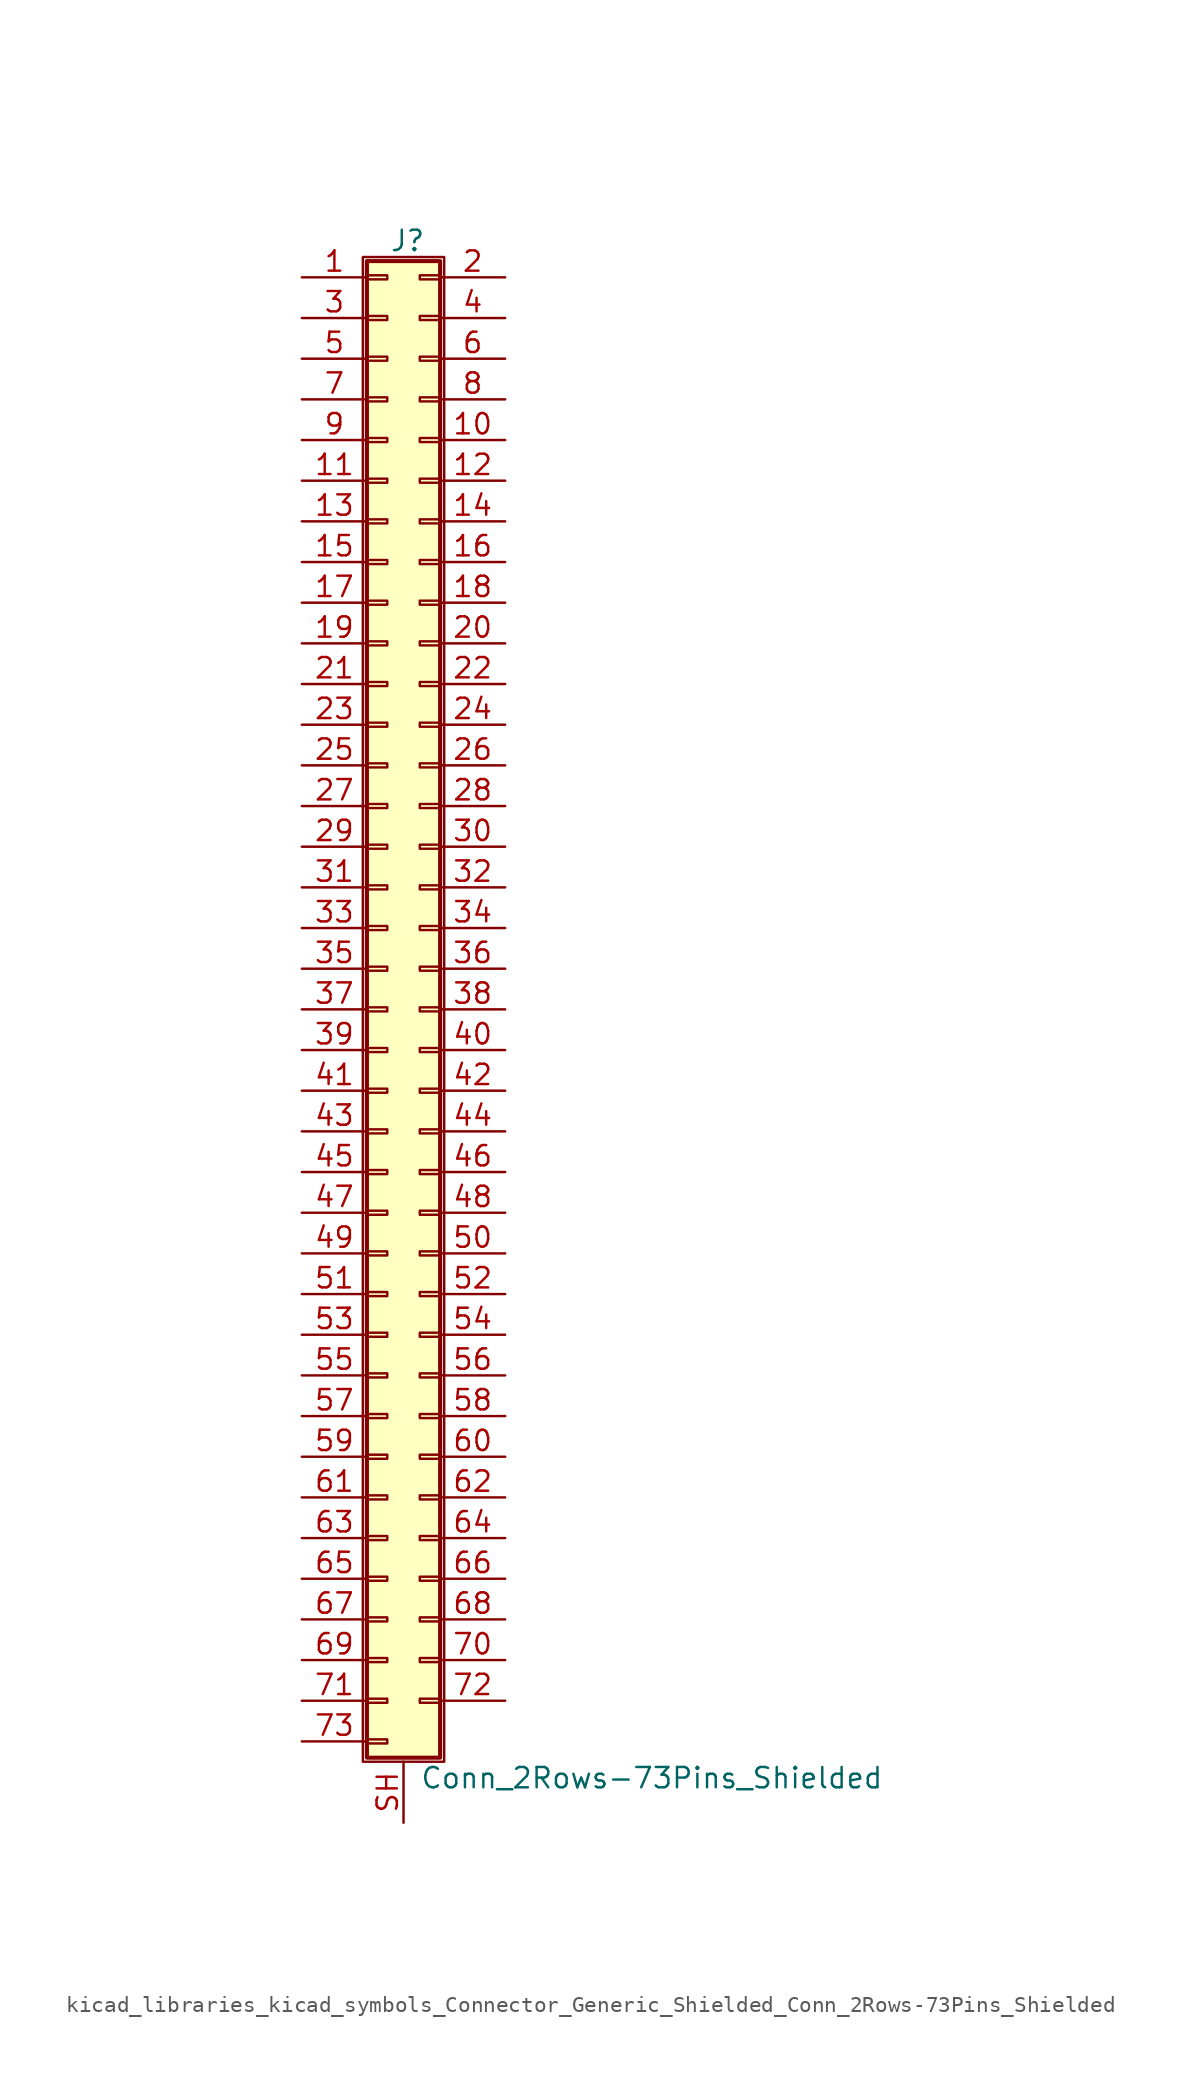
<source format=kicad_sym>
(kicad_symbol_lib
  (version 20220914)
  (generator kicad_symbol_editor)
  (symbol "kicad_libraries_kicad_symbols_Connector_Generic_Shielded_Conn_2Rows-73Pins_Shielded"
    (pin_names
      (offset 1.016) hide)
    (property "Reference" "J"
      (at 1.524 48.006 0)
      (effects (font (size 1.27 1.27))))
    (property "Value" "Conn_2Rows-73Pins_Shielded"
      (at 2.286 -48.006 0)
      (effects (font (size 1.27 1.27)) (justify left)))
    (symbol "kicad_libraries_kicad_symbols_Connector_Generic_Shielded_Conn_2Rows-73Pins_Shielded_1_1"
      (rectangle (start -1.27 46.99) (end 3.81 -46.99) (stroke (width 0.152) (type default)) (fill (type none)))
      (rectangle (start -1.016 -45.593) (end 0.254 -45.847) (stroke (width 0.152) (type default)) (fill (type none)))
      (rectangle (start -1.016 -43.053) (end 0.254 -43.307) (stroke (width 0.152) (type default)) (fill (type none)))
      (rectangle (start -1.016 -40.513) (end 0.254 -40.767) (stroke (width 0.152) (type default)) (fill (type none)))
      (rectangle (start -1.016 -37.973) (end 0.254 -38.227) (stroke (width 0.152) (type default)) (fill (type none)))
      (rectangle (start -1.016 -35.433) (end 0.254 -35.687) (stroke (width 0.152) (type default)) (fill (type none)))
      (rectangle (start -1.016 -32.893) (end 0.254 -33.147) (stroke (width 0.152) (type default)) (fill (type none)))
      (rectangle (start -1.016 -30.353) (end 0.254 -30.607) (stroke (width 0.152) (type default)) (fill (type none)))
      (rectangle (start -1.016 -27.813) (end 0.254 -28.067) (stroke (width 0.152) (type default)) (fill (type none)))
      (rectangle (start -1.016 -25.273) (end 0.254 -25.527) (stroke (width 0.152) (type default)) (fill (type none)))
      (rectangle (start -1.016 -22.733) (end 0.254 -22.987) (stroke (width 0.152) (type default)) (fill (type none)))
      (rectangle (start -1.016 -20.193) (end 0.254 -20.447) (stroke (width 0.152) (type default)) (fill (type none)))
      (rectangle (start -1.016 -17.653) (end 0.254 -17.907) (stroke (width 0.152) (type default)) (fill (type none)))
      (rectangle (start -1.016 -15.113) (end 0.254 -15.367) (stroke (width 0.152) (type default)) (fill (type none)))
      (rectangle (start -1.016 -12.573) (end 0.254 -12.827) (stroke (width 0.152) (type default)) (fill (type none)))
      (rectangle (start -1.016 -10.033) (end 0.254 -10.287) (stroke (width 0.152) (type default)) (fill (type none)))
      (rectangle (start -1.016 -7.493) (end 0.254 -7.747) (stroke (width 0.152) (type default)) (fill (type none)))
      (rectangle (start -1.016 -4.953) (end 0.254 -5.207) (stroke (width 0.152) (type default)) (fill (type none)))
      (rectangle (start -1.016 -2.413) (end 0.254 -2.667) (stroke (width 0.152) (type default)) (fill (type none)))
      (rectangle (start -1.016 0.127) (end 0.254 -0.127) (stroke (width 0.152) (type default)) (fill (type none)))
      (rectangle (start -1.016 2.667) (end 0.254 2.413) (stroke (width 0.152) (type default)) (fill (type none)))
      (rectangle (start -1.016 5.207) (end 0.254 4.953) (stroke (width 0.152) (type default)) (fill (type none)))
      (rectangle (start -1.016 7.747) (end 0.254 7.493) (stroke (width 0.152) (type default)) (fill (type none)))
      (rectangle (start -1.016 10.287) (end 0.254 10.033) (stroke (width 0.152) (type default)) (fill (type none)))
      (rectangle (start -1.016 12.827) (end 0.254 12.573) (stroke (width 0.152) (type default)) (fill (type none)))
      (rectangle (start -1.016 15.367) (end 0.254 15.113) (stroke (width 0.152) (type default)) (fill (type none)))
      (rectangle (start -1.016 17.907) (end 0.254 17.653) (stroke (width 0.152) (type default)) (fill (type none)))
      (rectangle (start -1.016 20.447) (end 0.254 20.193) (stroke (width 0.152) (type default)) (fill (type none)))
      (rectangle (start -1.016 22.987) (end 0.254 22.733) (stroke (width 0.152) (type default)) (fill (type none)))
      (rectangle (start -1.016 25.527) (end 0.254 25.273) (stroke (width 0.152) (type default)) (fill (type none)))
      (rectangle (start -1.016 28.067) (end 0.254 27.813) (stroke (width 0.152) (type default)) (fill (type none)))
      (rectangle (start -1.016 30.607) (end 0.254 30.353) (stroke (width 0.152) (type default)) (fill (type none)))
      (rectangle (start -1.016 33.147) (end 0.254 32.893) (stroke (width 0.152) (type default)) (fill (type none)))
      (rectangle (start -1.016 35.687) (end 0.254 35.433) (stroke (width 0.152) (type default)) (fill (type none)))
      (rectangle (start -1.016 38.227) (end 0.254 37.973) (stroke (width 0.152) (type default)) (fill (type none)))
      (rectangle (start -1.016 40.767) (end 0.254 40.513) (stroke (width 0.152) (type default)) (fill (type none)))
      (rectangle (start -1.016 43.307) (end 0.254 43.053) (stroke (width 0.152) (type default)) (fill (type none)))
      (rectangle (start -1.016 45.847) (end 0.254 45.593) (stroke (width 0.152) (type default)) (fill (type none)))
      (rectangle (start -1.016 46.736) (end 3.556 -46.736) (stroke (width 0.254) (type default)) (fill (type background)))
      (rectangle (start 3.556 -43.053) (end 2.286 -43.307) (stroke (width 0.152) (type default)) (fill (type none)))
      (rectangle (start 3.556 -40.513) (end 2.286 -40.767) (stroke (width 0.152) (type default)) (fill (type none)))
      (rectangle (start 3.556 -37.973) (end 2.286 -38.227) (stroke (width 0.152) (type default)) (fill (type none)))
      (rectangle (start 3.556 -35.433) (end 2.286 -35.687) (stroke (width 0.152) (type default)) (fill (type none)))
      (rectangle (start 3.556 -32.893) (end 2.286 -33.147) (stroke (width 0.152) (type default)) (fill (type none)))
      (rectangle (start 3.556 -30.353) (end 2.286 -30.607) (stroke (width 0.152) (type default)) (fill (type none)))
      (rectangle (start 3.556 -27.813) (end 2.286 -28.067) (stroke (width 0.152) (type default)) (fill (type none)))
      (rectangle (start 3.556 -25.273) (end 2.286 -25.527) (stroke (width 0.152) (type default)) (fill (type none)))
      (rectangle (start 3.556 -22.733) (end 2.286 -22.987) (stroke (width 0.152) (type default)) (fill (type none)))
      (rectangle (start 3.556 -20.193) (end 2.286 -20.447) (stroke (width 0.152) (type default)) (fill (type none)))
      (rectangle (start 3.556 -17.653) (end 2.286 -17.907) (stroke (width 0.152) (type default)) (fill (type none)))
      (rectangle (start 3.556 -15.113) (end 2.286 -15.367) (stroke (width 0.152) (type default)) (fill (type none)))
      (rectangle (start 3.556 -12.573) (end 2.286 -12.827) (stroke (width 0.152) (type default)) (fill (type none)))
      (rectangle (start 3.556 -10.033) (end 2.286 -10.287) (stroke (width 0.152) (type default)) (fill (type none)))
      (rectangle (start 3.556 -7.493) (end 2.286 -7.747) (stroke (width 0.152) (type default)) (fill (type none)))
      (rectangle (start 3.556 -4.953) (end 2.286 -5.207) (stroke (width 0.152) (type default)) (fill (type none)))
      (rectangle (start 3.556 -2.413) (end 2.286 -2.667) (stroke (width 0.152) (type default)) (fill (type none)))
      (rectangle (start 3.556 0.127) (end 2.286 -0.127) (stroke (width 0.152) (type default)) (fill (type none)))
      (rectangle (start 3.556 2.667) (end 2.286 2.413) (stroke (width 0.152) (type default)) (fill (type none)))
      (rectangle (start 3.556 5.207) (end 2.286 4.953) (stroke (width 0.152) (type default)) (fill (type none)))
      (rectangle (start 3.556 7.747) (end 2.286 7.493) (stroke (width 0.152) (type default)) (fill (type none)))
      (rectangle (start 3.556 10.287) (end 2.286 10.033) (stroke (width 0.152) (type default)) (fill (type none)))
      (rectangle (start 3.556 12.827) (end 2.286 12.573) (stroke (width 0.152) (type default)) (fill (type none)))
      (rectangle (start 3.556 15.367) (end 2.286 15.113) (stroke (width 0.152) (type default)) (fill (type none)))
      (rectangle (start 3.556 17.907) (end 2.286 17.653) (stroke (width 0.152) (type default)) (fill (type none)))
      (rectangle (start 3.556 20.447) (end 2.286 20.193) (stroke (width 0.152) (type default)) (fill (type none)))
      (rectangle (start 3.556 22.987) (end 2.286 22.733) (stroke (width 0.152) (type default)) (fill (type none)))
      (rectangle (start 3.556 25.527) (end 2.286 25.273) (stroke (width 0.152) (type default)) (fill (type none)))
      (rectangle (start 3.556 28.067) (end 2.286 27.813) (stroke (width 0.152) (type default)) (fill (type none)))
      (rectangle (start 3.556 30.607) (end 2.286 30.353) (stroke (width 0.152) (type default)) (fill (type none)))
      (rectangle (start 3.556 33.147) (end 2.286 32.893) (stroke (width 0.152) (type default)) (fill (type none)))
      (rectangle (start 3.556 35.687) (end 2.286 35.433) (stroke (width 0.152) (type default)) (fill (type none)))
      (rectangle (start 3.556 38.227) (end 2.286 37.973) (stroke (width 0.152) (type default)) (fill (type none)))
      (rectangle (start 3.556 40.767) (end 2.286 40.513) (stroke (width 0.152) (type default)) (fill (type none)))
      (rectangle (start 3.556 43.307) (end 2.286 43.053) (stroke (width 0.152) (type default)) (fill (type none)))
      (rectangle (start 3.556 45.847) (end 2.286 45.593) (stroke (width 0.152) (type default)) (fill (type none)))
      (pin passive line (at -5.08 45.72 0) (length 4.064) (name "Pin_1" (effects (font (size 1.27 1.27)))) (number "1" (effects (font (size 1.27 1.27)))))
      (pin passive line (at 7.62 35.56 180) (length 4.064) (name "Pin_10" (effects (font (size 1.27 1.27)))) (number "10" (effects (font (size 1.27 1.27)))))
      (pin passive line (at -5.08 33.02 0) (length 4.064) (name "Pin_11" (effects (font (size 1.27 1.27)))) (number "11" (effects (font (size 1.27 1.27)))))
      (pin passive line (at 7.62 33.02 180) (length 4.064) (name "Pin_12" (effects (font (size 1.27 1.27)))) (number "12" (effects (font (size 1.27 1.27)))))
      (pin passive line (at -5.08 30.48 0) (length 4.064) (name "Pin_13" (effects (font (size 1.27 1.27)))) (number "13" (effects (font (size 1.27 1.27)))))
      (pin passive line (at 7.62 30.48 180) (length 4.064) (name "Pin_14" (effects (font (size 1.27 1.27)))) (number "14" (effects (font (size 1.27 1.27)))))
      (pin passive line (at -5.08 27.94 0) (length 4.064) (name "Pin_15" (effects (font (size 1.27 1.27)))) (number "15" (effects (font (size 1.27 1.27)))))
      (pin passive line (at 7.62 27.94 180) (length 4.064) (name "Pin_16" (effects (font (size 1.27 1.27)))) (number "16" (effects (font (size 1.27 1.27)))))
      (pin passive line (at -5.08 25.4 0) (length 4.064) (name "Pin_17" (effects (font (size 1.27 1.27)))) (number "17" (effects (font (size 1.27 1.27)))))
      (pin passive line (at 7.62 25.4 180) (length 4.064) (name "Pin_18" (effects (font (size 1.27 1.27)))) (number "18" (effects (font (size 1.27 1.27)))))
      (pin passive line (at -5.08 22.86 0) (length 4.064) (name "Pin_19" (effects (font (size 1.27 1.27)))) (number "19" (effects (font (size 1.27 1.27)))))
      (pin passive line (at 7.62 45.72 180) (length 4.064) (name "Pin_2" (effects (font (size 1.27 1.27)))) (number "2" (effects (font (size 1.27 1.27)))))
      (pin passive line (at 7.62 22.86 180) (length 4.064) (name "Pin_20" (effects (font (size 1.27 1.27)))) (number "20" (effects (font (size 1.27 1.27)))))
      (pin passive line (at -5.08 20.32 0) (length 4.064) (name "Pin_21" (effects (font (size 1.27 1.27)))) (number "21" (effects (font (size 1.27 1.27)))))
      (pin passive line (at 7.62 20.32 180) (length 4.064) (name "Pin_22" (effects (font (size 1.27 1.27)))) (number "22" (effects (font (size 1.27 1.27)))))
      (pin passive line (at -5.08 17.78 0) (length 4.064) (name "Pin_23" (effects (font (size 1.27 1.27)))) (number "23" (effects (font (size 1.27 1.27)))))
      (pin passive line (at 7.62 17.78 180) (length 4.064) (name "Pin_24" (effects (font (size 1.27 1.27)))) (number "24" (effects (font (size 1.27 1.27)))))
      (pin passive line (at -5.08 15.24 0) (length 4.064) (name "Pin_25" (effects (font (size 1.27 1.27)))) (number "25" (effects (font (size 1.27 1.27)))))
      (pin passive line (at 7.62 15.24 180) (length 4.064) (name "Pin_26" (effects (font (size 1.27 1.27)))) (number "26" (effects (font (size 1.27 1.27)))))
      (pin passive line (at -5.08 12.7 0) (length 4.064) (name "Pin_27" (effects (font (size 1.27 1.27)))) (number "27" (effects (font (size 1.27 1.27)))))
      (pin passive line (at 7.62 12.7 180) (length 4.064) (name "Pin_28" (effects (font (size 1.27 1.27)))) (number "28" (effects (font (size 1.27 1.27)))))
      (pin passive line (at -5.08 10.16 0) (length 4.064) (name "Pin_29" (effects (font (size 1.27 1.27)))) (number "29" (effects (font (size 1.27 1.27)))))
      (pin passive line (at -5.08 43.18 0) (length 4.064) (name "Pin_3" (effects (font (size 1.27 1.27)))) (number "3" (effects (font (size 1.27 1.27)))))
      (pin passive line (at 7.62 10.16 180) (length 4.064) (name "Pin_30" (effects (font (size 1.27 1.27)))) (number "30" (effects (font (size 1.27 1.27)))))
      (pin passive line (at -5.08 7.62 0) (length 4.064) (name "Pin_31" (effects (font (size 1.27 1.27)))) (number "31" (effects (font (size 1.27 1.27)))))
      (pin passive line (at 7.62 7.62 180) (length 4.064) (name "Pin_32" (effects (font (size 1.27 1.27)))) (number "32" (effects (font (size 1.27 1.27)))))
      (pin passive line (at -5.08 5.08 0) (length 4.064) (name "Pin_33" (effects (font (size 1.27 1.27)))) (number "33" (effects (font (size 1.27 1.27)))))
      (pin passive line (at 7.62 5.08 180) (length 4.064) (name "Pin_34" (effects (font (size 1.27 1.27)))) (number "34" (effects (font (size 1.27 1.27)))))
      (pin passive line (at -5.08 2.54 0) (length 4.064) (name "Pin_35" (effects (font (size 1.27 1.27)))) (number "35" (effects (font (size 1.27 1.27)))))
      (pin passive line (at 7.62 2.54 180) (length 4.064) (name "Pin_36" (effects (font (size 1.27 1.27)))) (number "36" (effects (font (size 1.27 1.27)))))
      (pin passive line (at -5.08 0 0) (length 4.064) (name "Pin_37" (effects (font (size 1.27 1.27)))) (number "37" (effects (font (size 1.27 1.27)))))
      (pin passive line (at 7.62 0 180) (length 4.064) (name "Pin_38" (effects (font (size 1.27 1.27)))) (number "38" (effects (font (size 1.27 1.27)))))
      (pin passive line (at -5.08 -2.54 0) (length 4.064) (name "Pin_39" (effects (font (size 1.27 1.27)))) (number "39" (effects (font (size 1.27 1.27)))))
      (pin passive line (at 7.62 43.18 180) (length 4.064) (name "Pin_4" (effects (font (size 1.27 1.27)))) (number "4" (effects (font (size 1.27 1.27)))))
      (pin passive line (at 7.62 -2.54 180) (length 4.064) (name "Pin_40" (effects (font (size 1.27 1.27)))) (number "40" (effects (font (size 1.27 1.27)))))
      (pin passive line (at -5.08 -5.08 0) (length 4.064) (name "Pin_41" (effects (font (size 1.27 1.27)))) (number "41" (effects (font (size 1.27 1.27)))))
      (pin passive line (at 7.62 -5.08 180) (length 4.064) (name "Pin_42" (effects (font (size 1.27 1.27)))) (number "42" (effects (font (size 1.27 1.27)))))
      (pin passive line (at -5.08 -7.62 0) (length 4.064) (name "Pin_43" (effects (font (size 1.27 1.27)))) (number "43" (effects (font (size 1.27 1.27)))))
      (pin passive line (at 7.62 -7.62 180) (length 4.064) (name "Pin_44" (effects (font (size 1.27 1.27)))) (number "44" (effects (font (size 1.27 1.27)))))
      (pin passive line (at -5.08 -10.16 0) (length 4.064) (name "Pin_45" (effects (font (size 1.27 1.27)))) (number "45" (effects (font (size 1.27 1.27)))))
      (pin passive line (at 7.62 -10.16 180) (length 4.064) (name "Pin_46" (effects (font (size 1.27 1.27)))) (number "46" (effects (font (size 1.27 1.27)))))
      (pin passive line (at -5.08 -12.7 0) (length 4.064) (name "Pin_47" (effects (font (size 1.27 1.27)))) (number "47" (effects (font (size 1.27 1.27)))))
      (pin passive line (at 7.62 -12.7 180) (length 4.064) (name "Pin_48" (effects (font (size 1.27 1.27)))) (number "48" (effects (font (size 1.27 1.27)))))
      (pin passive line (at -5.08 -15.24 0) (length 4.064) (name "Pin_49" (effects (font (size 1.27 1.27)))) (number "49" (effects (font (size 1.27 1.27)))))
      (pin passive line (at -5.08 40.64 0) (length 4.064) (name "Pin_5" (effects (font (size 1.27 1.27)))) (number "5" (effects (font (size 1.27 1.27)))))
      (pin passive line (at 7.62 -15.24 180) (length 4.064) (name "Pin_50" (effects (font (size 1.27 1.27)))) (number "50" (effects (font (size 1.27 1.27)))))
      (pin passive line (at -5.08 -17.78 0) (length 4.064) (name "Pin_51" (effects (font (size 1.27 1.27)))) (number "51" (effects (font (size 1.27 1.27)))))
      (pin passive line (at 7.62 -17.78 180) (length 4.064) (name "Pin_52" (effects (font (size 1.27 1.27)))) (number "52" (effects (font (size 1.27 1.27)))))
      (pin passive line (at -5.08 -20.32 0) (length 4.064) (name "Pin_53" (effects (font (size 1.27 1.27)))) (number "53" (effects (font (size 1.27 1.27)))))
      (pin passive line (at 7.62 -20.32 180) (length 4.064) (name "Pin_54" (effects (font (size 1.27 1.27)))) (number "54" (effects (font (size 1.27 1.27)))))
      (pin passive line (at -5.08 -22.86 0) (length 4.064) (name "Pin_55" (effects (font (size 1.27 1.27)))) (number "55" (effects (font (size 1.27 1.27)))))
      (pin passive line (at 7.62 -22.86 180) (length 4.064) (name "Pin_56" (effects (font (size 1.27 1.27)))) (number "56" (effects (font (size 1.27 1.27)))))
      (pin passive line (at -5.08 -25.4 0) (length 4.064) (name "Pin_57" (effects (font (size 1.27 1.27)))) (number "57" (effects (font (size 1.27 1.27)))))
      (pin passive line (at 7.62 -25.4 180) (length 4.064) (name "Pin_58" (effects (font (size 1.27 1.27)))) (number "58" (effects (font (size 1.27 1.27)))))
      (pin passive line (at -5.08 -27.94 0) (length 4.064) (name "Pin_59" (effects (font (size 1.27 1.27)))) (number "59" (effects (font (size 1.27 1.27)))))
      (pin passive line (at 7.62 40.64 180) (length 4.064) (name "Pin_6" (effects (font (size 1.27 1.27)))) (number "6" (effects (font (size 1.27 1.27)))))
      (pin passive line (at 7.62 -27.94 180) (length 4.064) (name "Pin_60" (effects (font (size 1.27 1.27)))) (number "60" (effects (font (size 1.27 1.27)))))
      (pin passive line (at -5.08 -30.48 0) (length 4.064) (name "Pin_61" (effects (font (size 1.27 1.27)))) (number "61" (effects (font (size 1.27 1.27)))))
      (pin passive line (at 7.62 -30.48 180) (length 4.064) (name "Pin_62" (effects (font (size 1.27 1.27)))) (number "62" (effects (font (size 1.27 1.27)))))
      (pin passive line (at -5.08 -33.02 0) (length 4.064) (name "Pin_63" (effects (font (size 1.27 1.27)))) (number "63" (effects (font (size 1.27 1.27)))))
      (pin passive line (at 7.62 -33.02 180) (length 4.064) (name "Pin_64" (effects (font (size 1.27 1.27)))) (number "64" (effects (font (size 1.27 1.27)))))
      (pin passive line (at -5.08 -35.56 0) (length 4.064) (name "Pin_65" (effects (font (size 1.27 1.27)))) (number "65" (effects (font (size 1.27 1.27)))))
      (pin passive line (at 7.62 -35.56 180) (length 4.064) (name "Pin_66" (effects (font (size 1.27 1.27)))) (number "66" (effects (font (size 1.27 1.27)))))
      (pin passive line (at -5.08 -38.1 0) (length 4.064) (name "Pin_67" (effects (font (size 1.27 1.27)))) (number "67" (effects (font (size 1.27 1.27)))))
      (pin passive line (at 7.62 -38.1 180) (length 4.064) (name "Pin_68" (effects (font (size 1.27 1.27)))) (number "68" (effects (font (size 1.27 1.27)))))
      (pin passive line (at -5.08 -40.64 0) (length 4.064) (name "Pin_69" (effects (font (size 1.27 1.27)))) (number "69" (effects (font (size 1.27 1.27)))))
      (pin passive line (at -5.08 38.1 0) (length 4.064) (name "Pin_7" (effects (font (size 1.27 1.27)))) (number "7" (effects (font (size 1.27 1.27)))))
      (pin passive line (at 7.62 -40.64 180) (length 4.064) (name "Pin_70" (effects (font (size 1.27 1.27)))) (number "70" (effects (font (size 1.27 1.27)))))
      (pin passive line (at -5.08 -43.18 0) (length 4.064) (name "Pin_71" (effects (font (size 1.27 1.27)))) (number "71" (effects (font (size 1.27 1.27)))))
      (pin passive line (at 7.62 -43.18 180) (length 4.064) (name "Pin_72" (effects (font (size 1.27 1.27)))) (number "72" (effects (font (size 1.27 1.27)))))
      (pin passive line (at -5.08 -45.72 0) (length 4.064) (name "Pin_73" (effects (font (size 1.27 1.27)))) (number "73" (effects (font (size 1.27 1.27)))))
      (pin passive line (at 7.62 38.1 180) (length 4.064) (name "Pin_8" (effects (font (size 1.27 1.27)))) (number "8" (effects (font (size 1.27 1.27)))))
      (pin passive line (at -5.08 35.56 0) (length 4.064) (name "Pin_9" (effects (font (size 1.27 1.27)))) (number "9" (effects (font (size 1.27 1.27)))))
      (pin passive line (at 1.27 -50.8 90) (length 3.81) (name "Shield" (effects (font (size 1.27 1.27)))) (number "SH" (effects (font (size 1.27 1.27))))))))
</source>
